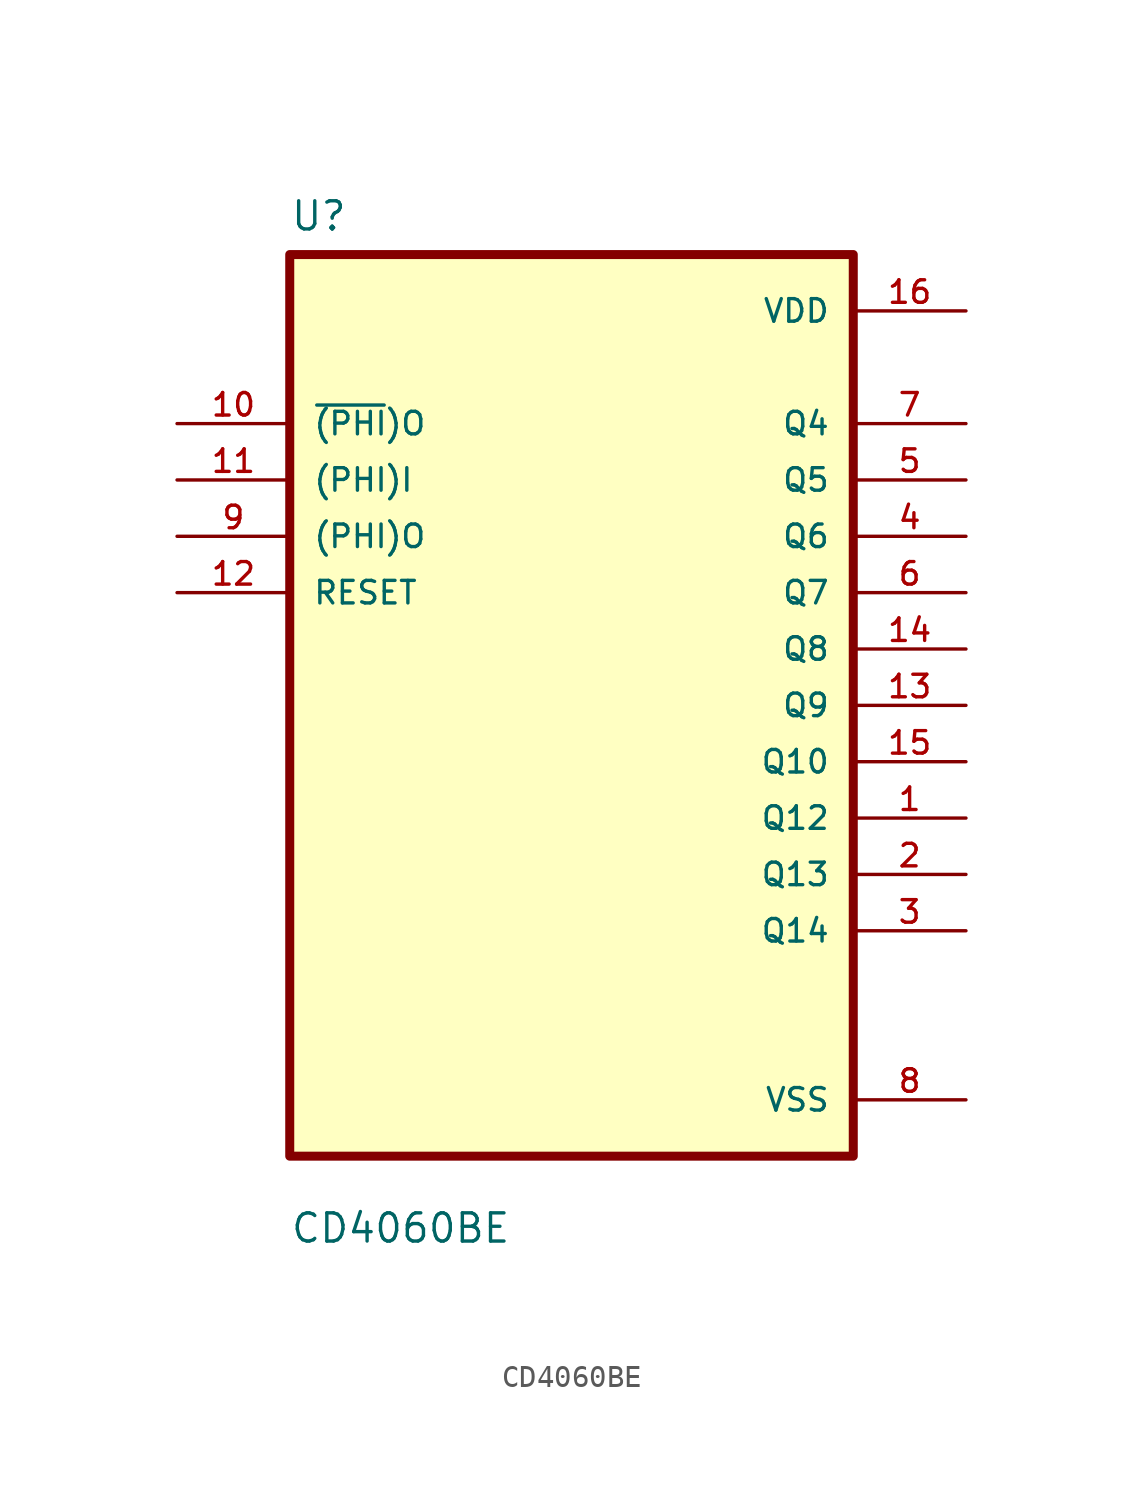
<source format=kicad_sym>
(kicad_symbol_lib
  (version 20211014)
  (generator kicad_symbol_editor)
  (symbol "CD4060BE"
    (pin_names
      (offset 1.016))
    (property "Reference" "U"
      (at -12.7 21.311 0)
      (effects (font (size 1.27 1.27)) (justify left bottom)))
    (property "Value" "CD4060BE"
      (at -12.7 -24.308 0)
      (effects (font (size 1.27 1.27)) (justify left bottom)))
    (property "ki_locked" ""
      (at 0 0 0)
      (effects (font (size 1.27 1.27))))
    (symbol "CD4060BE_0_0"
      (rectangle (start -12.7 -20.32) (end 12.7 20.32) (stroke (width 0.406) (type default) (color 0 0 0 0)) (fill (type background)))
      (pin output line (at 17.78 -5.08 180) (length 5.08) (name "Q12" (effects (font (size 1.016 1.016)))) (number "1" (effects (font (size 1.016 1.016)))))
      (pin input line (at -17.78 12.7 0) (length 5.08) (name "~{(PHI})O" (effects (font (size 1.016 1.016)))) (number "10" (effects (font (size 1.016 1.016)))))
      (pin input line (at -17.78 10.16 0) (length 5.08) (name "(PHI)I" (effects (font (size 1.016 1.016)))) (number "11" (effects (font (size 1.016 1.016)))))
      (pin input line (at -17.78 5.08 0) (length 5.08) (name "RESET" (effects (font (size 1.016 1.016)))) (number "12" (effects (font (size 1.016 1.016)))))
      (pin output line (at 17.78 0 180) (length 5.08) (name "Q9" (effects (font (size 1.016 1.016)))) (number "13" (effects (font (size 1.016 1.016)))))
      (pin output line (at 17.78 2.54 180) (length 5.08) (name "Q8" (effects (font (size 1.016 1.016)))) (number "14" (effects (font (size 1.016 1.016)))))
      (pin output line (at 17.78 -2.54 180) (length 5.08) (name "Q10" (effects (font (size 1.016 1.016)))) (number "15" (effects (font (size 1.016 1.016)))))
      (pin power_in line (at 17.78 17.78 180) (length 5.08) (name "VDD" (effects (font (size 1.016 1.016)))) (number "16" (effects (font (size 1.016 1.016)))))
      (pin output line (at 17.78 -7.62 180) (length 5.08) (name "Q13" (effects (font (size 1.016 1.016)))) (number "2" (effects (font (size 1.016 1.016)))))
      (pin output line (at 17.78 -10.16 180) (length 5.08) (name "Q14" (effects (font (size 1.016 1.016)))) (number "3" (effects (font (size 1.016 1.016)))))
      (pin output line (at 17.78 7.62 180) (length 5.08) (name "Q6" (effects (font (size 1.016 1.016)))) (number "4" (effects (font (size 1.016 1.016)))))
      (pin output line (at 17.78 10.16 180) (length 5.08) (name "Q5" (effects (font (size 1.016 1.016)))) (number "5" (effects (font (size 1.016 1.016)))))
      (pin output line (at 17.78 5.08 180) (length 5.08) (name "Q7" (effects (font (size 1.016 1.016)))) (number "6" (effects (font (size 1.016 1.016)))))
      (pin output line (at 17.78 12.7 180) (length 5.08) (name "Q4" (effects (font (size 1.016 1.016)))) (number "7" (effects (font (size 1.016 1.016)))))
      (pin power_in line (at 17.78 -17.78 180) (length 5.08) (name "VSS" (effects (font (size 1.016 1.016)))) (number "8" (effects (font (size 1.016 1.016)))))
      (pin input line (at -17.78 7.62 0) (length 5.08) (name "(PHI)O" (effects (font (size 1.016 1.016)))) (number "9" (effects (font (size 1.016 1.016))))))))
</source>
